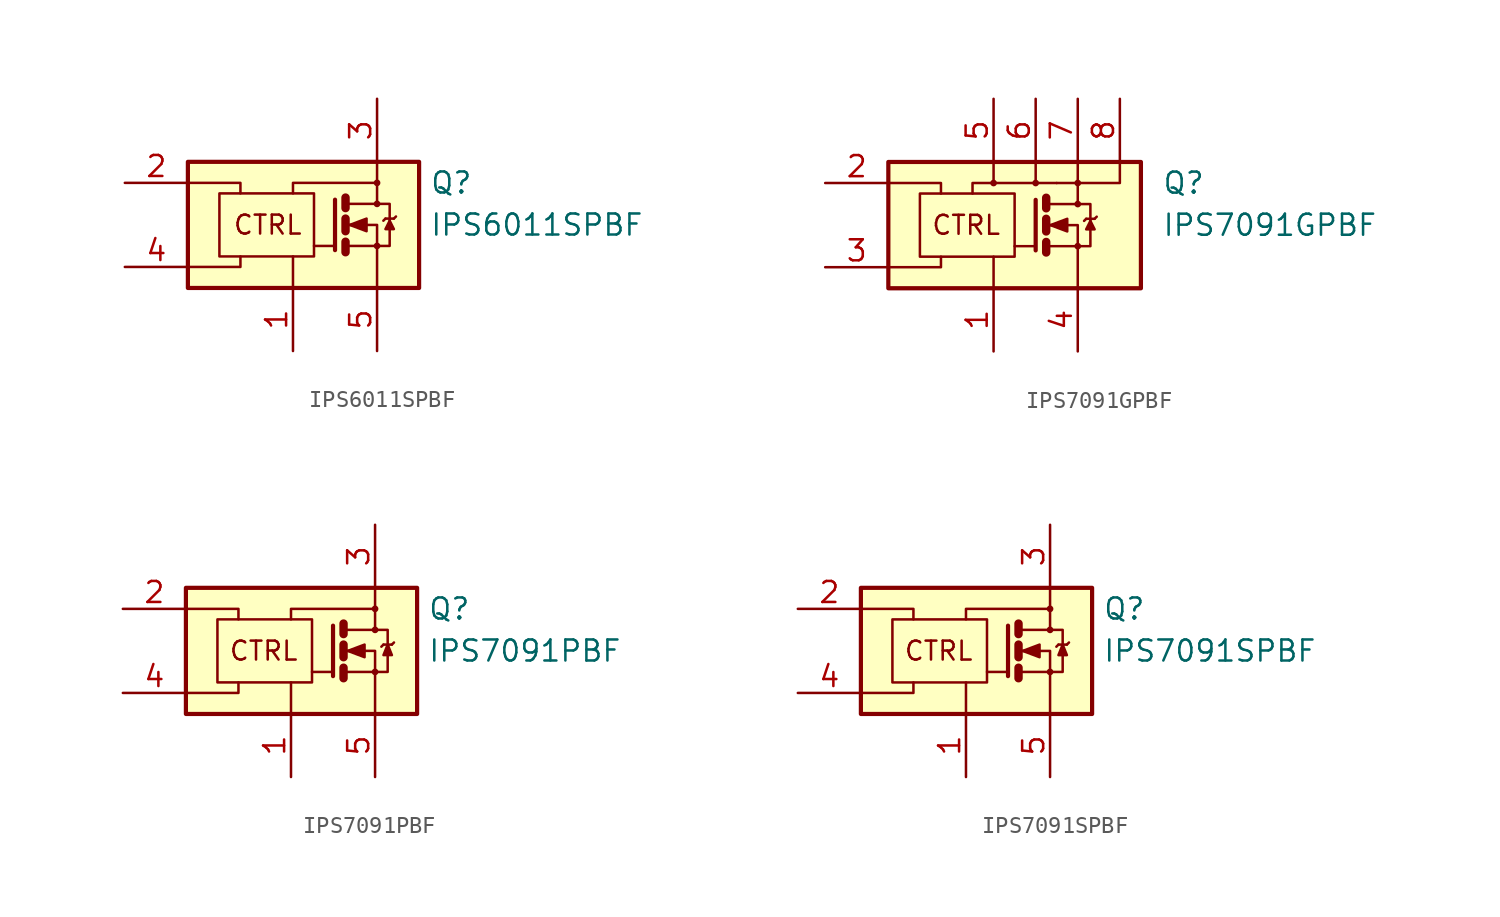
<source format=kicad_sym>
(kicad_symbol_lib
  (version 20211014)
  (generator kicad_symbol_editor)
  (symbol "IPS6011SPBF"
    (pin_names
      (offset 0) hide)
    (property "Reference" "Q"
      (at 8.255 2.54 0)
      (effects (font (size 1.27 1.27)) (justify left)))
    (property "Value" "IPS6011SPBF"
      (at 8.255 0 0)
      (effects (font (size 1.27 1.27)) (justify left)))
    (symbol "IPS6011SPBF_0_0"
      (rectangle (start -6.35 3.81) (end 7.62 -3.81) (stroke (width 0.254) (type default) (color 0 0 0 0)) (fill (type background)))
      (polyline (pts (xy 0 -3.81) (xy 0 -1.905)) (stroke (width 0) (type default) (color 0 0 0 0)) (fill (type none)))
      (polyline (pts (xy -6.35 -2.54) (xy -3.175 -2.54) (xy -3.175 -1.905)) (stroke (width 0) (type default) (color 0 0 0 0)) (fill (type none)))
      (polyline (pts (xy -6.35 2.54) (xy -3.175 2.54) (xy -3.175 1.905)) (stroke (width 0) (type default) (color 0 0 0 0)) (fill (type none)))
      (polyline (pts (xy 0 1.905) (xy 0 2.54) (xy 5.08 2.54)) (stroke (width 0) (type default) (color 0 0 0 0)) (fill (type none)))
      (circle (center 5.08 2.54) (radius 0.127) (stroke (width 0) (type default) (color 0 0 0 0)) (fill (type none)))
      (text "CTRL" (at -1.524 0 0) (effects (font (size 1.143 1.143)))))
    (symbol "IPS6011SPBF_0_1"
      (rectangle (start -4.445 1.905) (end 1.27 -1.905) (stroke (width 0) (type default) (color 0 0 0 0)) (fill (type none)))
      (polyline (pts (xy 2.54 -1.27) (xy 1.27 -1.27)) (stroke (width 0) (type default) (color 0 0 0 0)) (fill (type none)))
      (polyline (pts (xy 3.175 -1.016) (xy 3.175 -1.651)) (stroke (width 0.508) (type default) (color 0 0 0 0)) (fill (type none)))
      (polyline (pts (xy 3.175 0.381) (xy 3.175 -0.381)) (stroke (width 0.508) (type default) (color 0 0 0 0)) (fill (type none)))
      (polyline (pts (xy 3.175 1.651) (xy 3.175 1.016)) (stroke (width 0.508) (type default) (color 0 0 0 0)) (fill (type none)))
      (polyline (pts (xy 5.588 0.381) (xy 5.461 0.254)) (stroke (width 0) (type default) (color 0 0 0 0)) (fill (type none)))
      (polyline (pts (xy 5.588 0.381) (xy 6.096 0.381)) (stroke (width 0) (type default) (color 0 0 0 0)) (fill (type none)))
      (polyline (pts (xy 6.096 0.381) (xy 6.223 0.508)) (stroke (width 0) (type default) (color 0 0 0 0)) (fill (type none)))
      (polyline (pts (xy 2.54 1.524) (xy 2.54 -1.524) (xy 2.54 -1.524)) (stroke (width 0.254) (type default) (color 0 0 0 0)) (fill (type none)))
      (polyline (pts (xy 3.302 -1.27) (xy 5.08 -1.27) (xy 5.08 -3.81)) (stroke (width 0) (type default) (color 0 0 0 0)) (fill (type none)))
      (polyline (pts (xy 3.302 0) (xy 5.08 0) (xy 5.08 -1.27)) (stroke (width 0) (type default) (color 0 0 0 0)) (fill (type none)))
      (polyline (pts (xy 3.302 1.27) (xy 5.08 1.27) (xy 5.08 3.81) (xy 5.08 2.54)) (stroke (width 0) (type default) (color 0 0 0 0)) (fill (type none)))
      (polyline (pts (xy 5.08 -1.27) (xy 5.842 -1.27) (xy 5.842 1.27) (xy 5.08 1.27)) (stroke (width 0) (type default) (color 0 0 0 0)) (fill (type none)))
      (polyline (pts (xy 5.842 0.254) (xy 5.588 -0.254) (xy 6.096 -0.254) (xy 5.842 0.254)) (stroke (width 0) (type default) (color 0 0 0 0)) (fill (type outline)))
      (polyline (pts (xy 3.429 0) (xy 4.445 0.381) (xy 4.445 -0.381) (xy 3.429 0) (xy 3.556 0) (xy 3.556 0)) (stroke (width 0) (type default) (color 0 0 0 0)) (fill (type outline)))
      (circle (center 5.08 -1.27) (radius 0.127) (stroke (width 0) (type default) (color 0 0 0 0)) (fill (type none)))
      (circle (center 5.08 1.27) (radius 0.127) (stroke (width 0) (type default) (color 0 0 0 0)) (fill (type none))))
    (symbol "IPS6011SPBF_1_1"
      (pin power_in line (at 0 -7.62 90) (length 3.81) (name "GND" (effects (font (size 1.27 1.27)))) (number "1" (effects (font (size 1.27 1.27)))))
      (pin input line (at -10.16 2.54 0) (length 3.81) (name "IN" (effects (font (size 1.27 1.27)))) (number "2" (effects (font (size 1.27 1.27)))))
      (pin power_in line (at 5.08 7.62 270) (length 3.81) (name "VCC" (effects (font (size 1.27 1.27)))) (number "3" (effects (font (size 1.27 1.27)))))
      (pin bidirectional line (at -10.16 -2.54 0) (length 3.81) (name "DG" (effects (font (size 1.27 1.27)))) (number "4" (effects (font (size 1.27 1.27)))))
      (pin output line (at 5.08 -7.62 90) (length 3.81) (name "OUT" (effects (font (size 1.27 1.27)))) (number "5" (effects (font (size 1.27 1.27)))))))
  (symbol "IPS7091GPBF"
    (pin_names
      (offset 0) hide)
    (property "Reference" "Q"
      (at 10.16 2.54 0)
      (effects (font (size 1.27 1.27)) (justify left)))
    (property "Value" "IPS7091GPBF"
      (at 10.16 0 0)
      (effects (font (size 1.27 1.27)) (justify left)))
    (symbol "IPS7091GPBF_0_0"
      (rectangle (start -6.35 3.81) (end 8.89 -3.81) (stroke (width 0.254) (type default) (color 0 0 0 0)) (fill (type background)))
      (polyline (pts (xy 0 -3.81) (xy 0 -1.905)) (stroke (width 0) (type default) (color 0 0 0 0)) (fill (type none)))
      (polyline (pts (xy 0 2.54) (xy 0 3.81)) (stroke (width 0) (type default) (color 0 0 0 0)) (fill (type none)))
      (polyline (pts (xy 2.54 2.54) (xy 2.54 3.81)) (stroke (width 0) (type default) (color 0 0 0 0)) (fill (type none)))
      (polyline (pts (xy -6.35 -2.54) (xy -3.175 -2.54) (xy -3.175 -1.905)) (stroke (width 0) (type default) (color 0 0 0 0)) (fill (type none)))
      (polyline (pts (xy -6.35 2.54) (xy -3.175 2.54) (xy -3.175 1.905)) (stroke (width 0) (type default) (color 0 0 0 0)) (fill (type none)))
      (polyline (pts (xy -1.27 1.905) (xy -1.27 2.54) (xy 3.81 2.54)) (stroke (width 0) (type default) (color 0 0 0 0)) (fill (type none)))
      (polyline (pts (xy 3.81 2.54) (xy 5.08 2.54) (xy 5.08 3.81)) (stroke (width 0) (type default) (color 0 0 0 0)) (fill (type none)))
      (circle (center 0 2.54) (radius 0.127) (stroke (width 0) (type default) (color 0 0 0 0)) (fill (type none)))
      (circle (center 2.54 2.54) (radius 0.127) (stroke (width 0) (type default) (color 0 0 0 0)) (fill (type none)))
      (circle (center 5.08 2.54) (radius 0.127) (stroke (width 0) (type default) (color 0 0 0 0)) (fill (type none)))
      (text "CTRL" (at -1.651 0 0) (effects (font (size 1.143 1.143)))))
    (symbol "IPS7091GPBF_0_1"
      (rectangle (start -4.445 1.905) (end 1.27 -1.905) (stroke (width 0) (type default) (color 0 0 0 0)) (fill (type none)))
      (polyline (pts (xy 2.54 -1.27) (xy 1.27 -1.27)) (stroke (width 0) (type default) (color 0 0 0 0)) (fill (type none)))
      (polyline (pts (xy 3.175 -1.016) (xy 3.175 -1.651)) (stroke (width 0.508) (type default) (color 0 0 0 0)) (fill (type none)))
      (polyline (pts (xy 3.175 0.381) (xy 3.175 -0.381)) (stroke (width 0.508) (type default) (color 0 0 0 0)) (fill (type none)))
      (polyline (pts (xy 3.175 1.651) (xy 3.175 1.016)) (stroke (width 0.508) (type default) (color 0 0 0 0)) (fill (type none)))
      (polyline (pts (xy 3.302 -1.27) (xy 5.08 -1.27)) (stroke (width 0) (type default) (color 0 0 0 0)) (fill (type none)))
      (polyline (pts (xy 3.302 1.27) (xy 5.08 1.27)) (stroke (width 0) (type default) (color 0 0 0 0)) (fill (type none)))
      (polyline (pts (xy 5.08 1.27) (xy 5.08 2.54)) (stroke (width 0) (type default) (color 0 0 0 0)) (fill (type none)))
      (polyline (pts (xy 5.588 0.381) (xy 5.461 0.254)) (stroke (width 0) (type default) (color 0 0 0 0)) (fill (type none)))
      (polyline (pts (xy 5.588 0.381) (xy 6.096 0.381)) (stroke (width 0) (type default) (color 0 0 0 0)) (fill (type none)))
      (polyline (pts (xy 6.096 0.381) (xy 6.223 0.508)) (stroke (width 0) (type default) (color 0 0 0 0)) (fill (type none)))
      (polyline (pts (xy 2.54 1.524) (xy 2.54 -1.524) (xy 2.54 -1.524)) (stroke (width 0.254) (type default) (color 0 0 0 0)) (fill (type none)))
      (polyline (pts (xy 3.302 0) (xy 5.08 0) (xy 5.08 -3.81)) (stroke (width 0) (type default) (color 0 0 0 0)) (fill (type none)))
      (polyline (pts (xy 5.08 2.54) (xy 7.62 2.54) (xy 7.62 3.81)) (stroke (width 0) (type default) (color 0 0 0 0)) (fill (type none)))
      (polyline (pts (xy 5.08 1.27) (xy 5.842 1.27) (xy 5.842 -1.27) (xy 5.08 -1.27)) (stroke (width 0) (type default) (color 0 0 0 0)) (fill (type none)))
      (polyline (pts (xy 5.842 0.254) (xy 5.588 -0.254) (xy 6.096 -0.254) (xy 5.842 0.254)) (stroke (width 0) (type default) (color 0 0 0 0)) (fill (type outline)))
      (polyline (pts (xy 3.429 0) (xy 4.445 0.381) (xy 4.445 -0.381) (xy 3.429 0) (xy 3.556 0) (xy 3.556 0)) (stroke (width 0) (type default) (color 0 0 0 0)) (fill (type outline)))
      (circle (center 5.08 -1.27) (radius 0.127) (stroke (width 0) (type default) (color 0 0 0 0)) (fill (type none)))
      (circle (center 5.08 1.27) (radius 0.127) (stroke (width 0) (type default) (color 0 0 0 0)) (fill (type none))))
    (symbol "IPS7091GPBF_1_1"
      (pin power_in line (at 0 -7.62 90) (length 3.81) (name "GND" (effects (font (size 1.27 1.27)))) (number "1" (effects (font (size 1.27 1.27)))))
      (pin input line (at -10.16 2.54 0) (length 3.81) (name "IN" (effects (font (size 1.27 1.27)))) (number "2" (effects (font (size 1.27 1.27)))))
      (pin bidirectional line (at -10.16 -2.54 0) (length 3.81) (name "DG" (effects (font (size 1.27 1.27)))) (number "3" (effects (font (size 1.27 1.27)))))
      (pin output line (at 5.08 -7.62 90) (length 3.81) (name "OUT" (effects (font (size 1.27 1.27)))) (number "4" (effects (font (size 1.27 1.27)))))
      (pin power_in line (at 0 7.62 270) (length 3.81) (name "VCC" (effects (font (size 1.27 1.27)))) (number "5" (effects (font (size 1.27 1.27)))))
      (pin power_in line (at 2.54 7.62 270) (length 3.81) (name "~" (effects (font (size 1.27 1.27)))) (number "6" (effects (font (size 1.27 1.27)))))
      (pin power_in line (at 5.08 7.62 270) (length 3.81) (name "~" (effects (font (size 1.27 1.27)))) (number "7" (effects (font (size 1.27 1.27)))))
      (pin power_in line (at 7.62 7.62 270) (length 3.81) (name "~" (effects (font (size 1.27 1.27)))) (number "8" (effects (font (size 1.27 1.27)))))))
  (symbol "IPS7091PBF"
    (pin_names
      (offset 0) hide)
    (property "Reference" "Q"
      (at 8.255 2.54 0)
      (effects (font (size 1.27 1.27)) (justify left)))
    (property "Value" "IPS7091PBF"
      (at 8.255 0 0)
      (effects (font (size 1.27 1.27)) (justify left)))
    (symbol "IPS7091PBF_0_0"
      (rectangle (start -6.35 3.81) (end 7.62 -3.81) (stroke (width 0.254) (type default) (color 0 0 0 0)) (fill (type background)))
      (polyline (pts (xy 0 -3.81) (xy 0 -1.905)) (stroke (width 0) (type default) (color 0 0 0 0)) (fill (type none)))
      (polyline (pts (xy -6.35 -2.54) (xy -3.175 -2.54) (xy -3.175 -1.905)) (stroke (width 0) (type default) (color 0 0 0 0)) (fill (type none)))
      (polyline (pts (xy -6.35 2.54) (xy -3.175 2.54) (xy -3.175 1.905)) (stroke (width 0) (type default) (color 0 0 0 0)) (fill (type none)))
      (polyline (pts (xy 0 1.905) (xy 0 2.54) (xy 5.08 2.54)) (stroke (width 0) (type default) (color 0 0 0 0)) (fill (type none)))
      (circle (center 5.08 2.54) (radius 0.127) (stroke (width 0) (type default) (color 0 0 0 0)) (fill (type none)))
      (text "CTRL" (at -1.651 0 0) (effects (font (size 1.143 1.143)))))
    (symbol "IPS7091PBF_0_1"
      (rectangle (start -4.445 1.905) (end 1.27 -1.905) (stroke (width 0) (type default) (color 0 0 0 0)) (fill (type none)))
      (polyline (pts (xy 2.54 -1.27) (xy 1.27 -1.27)) (stroke (width 0) (type default) (color 0 0 0 0)) (fill (type none)))
      (polyline (pts (xy 3.175 -1.016) (xy 3.175 -1.651)) (stroke (width 0.508) (type default) (color 0 0 0 0)) (fill (type none)))
      (polyline (pts (xy 3.175 0.381) (xy 3.175 -0.381)) (stroke (width 0.508) (type default) (color 0 0 0 0)) (fill (type none)))
      (polyline (pts (xy 3.175 1.651) (xy 3.175 1.016)) (stroke (width 0.508) (type default) (color 0 0 0 0)) (fill (type none)))
      (polyline (pts (xy 5.588 0.381) (xy 5.461 0.254)) (stroke (width 0) (type default) (color 0 0 0 0)) (fill (type none)))
      (polyline (pts (xy 5.588 0.381) (xy 6.096 0.381)) (stroke (width 0) (type default) (color 0 0 0 0)) (fill (type none)))
      (polyline (pts (xy 6.096 0.381) (xy 6.223 0.508)) (stroke (width 0) (type default) (color 0 0 0 0)) (fill (type none)))
      (polyline (pts (xy 2.54 1.524) (xy 2.54 -1.524) (xy 2.54 -1.524)) (stroke (width 0.254) (type default) (color 0 0 0 0)) (fill (type none)))
      (polyline (pts (xy 3.302 0) (xy 5.08 0) (xy 5.08 -3.81)) (stroke (width 0) (type default) (color 0 0 0 0)) (fill (type none)))
      (polyline (pts (xy 5.08 3.81) (xy 5.08 1.27) (xy 3.302 1.27)) (stroke (width 0) (type default) (color 0 0 0 0)) (fill (type none)))
      (polyline (pts (xy 3.302 -1.27) (xy 5.842 -1.27) (xy 5.842 1.27) (xy 5.08 1.27)) (stroke (width 0) (type default) (color 0 0 0 0)) (fill (type none)))
      (polyline (pts (xy 5.842 0.381) (xy 5.588 -0.254) (xy 6.096 -0.254) (xy 5.842 0.381)) (stroke (width 0) (type default) (color 0 0 0 0)) (fill (type outline)))
      (polyline (pts (xy 3.429 0) (xy 4.445 0.381) (xy 4.445 -0.381) (xy 3.429 0) (xy 3.556 0) (xy 3.556 0)) (stroke (width 0) (type default) (color 0 0 0 0)) (fill (type outline)))
      (circle (center 5.08 -1.27) (radius 0.127) (stroke (width 0) (type default) (color 0 0 0 0)) (fill (type none)))
      (circle (center 5.08 1.27) (radius 0.127) (stroke (width 0) (type default) (color 0 0 0 0)) (fill (type none))))
    (symbol "IPS7091PBF_1_1"
      (pin power_in line (at 0 -7.62 90) (length 3.81) (name "GND" (effects (font (size 1.27 1.27)))) (number "1" (effects (font (size 1.27 1.27)))))
      (pin input line (at -10.16 2.54 0) (length 3.81) (name "IN" (effects (font (size 1.27 1.27)))) (number "2" (effects (font (size 1.27 1.27)))))
      (pin power_in line (at 5.08 7.62 270) (length 3.81) (name "VCC" (effects (font (size 1.27 1.27)))) (number "3" (effects (font (size 1.27 1.27)))))
      (pin bidirectional line (at -10.16 -2.54 0) (length 3.81) (name "DG" (effects (font (size 1.27 1.27)))) (number "4" (effects (font (size 1.27 1.27)))))
      (pin output line (at 5.08 -7.62 90) (length 3.81) (name "OUT" (effects (font (size 1.27 1.27)))) (number "5" (effects (font (size 1.27 1.27)))))))
  (symbol "IPS7091SPBF"
    (pin_names
      (offset 0) hide)
    (property "Reference" "Q"
      (at 8.255 2.54 0)
      (effects (font (size 1.27 1.27)) (justify left)))
    (property "Value" "IPS7091SPBF"
      (at 8.255 0 0)
      (effects (font (size 1.27 1.27)) (justify left)))
    (symbol "IPS7091SPBF_0_0"
      (rectangle (start -6.35 3.81) (end 7.62 -3.81) (stroke (width 0.254) (type default) (color 0 0 0 0)) (fill (type background)))
      (polyline (pts (xy 0 -3.81) (xy 0 -1.905)) (stroke (width 0) (type default) (color 0 0 0 0)) (fill (type none)))
      (polyline (pts (xy -6.35 -2.54) (xy -3.175 -2.54) (xy -3.175 -1.905)) (stroke (width 0) (type default) (color 0 0 0 0)) (fill (type none)))
      (polyline (pts (xy -6.35 2.54) (xy -3.175 2.54) (xy -3.175 1.905)) (stroke (width 0) (type default) (color 0 0 0 0)) (fill (type none)))
      (polyline (pts (xy 0 1.905) (xy 0 2.54) (xy 5.08 2.54)) (stroke (width 0) (type default) (color 0 0 0 0)) (fill (type none)))
      (circle (center 5.08 2.54) (radius 0.127) (stroke (width 0) (type default) (color 0 0 0 0)) (fill (type none)))
      (text "CTRL" (at -1.651 0 0) (effects (font (size 1.143 1.143)))))
    (symbol "IPS7091SPBF_0_1"
      (rectangle (start -4.445 1.905) (end 1.27 -1.905) (stroke (width 0) (type default) (color 0 0 0 0)) (fill (type none)))
      (polyline (pts (xy 2.54 -1.27) (xy 1.27 -1.27)) (stroke (width 0) (type default) (color 0 0 0 0)) (fill (type none)))
      (polyline (pts (xy 3.175 -1.016) (xy 3.175 -1.651)) (stroke (width 0.508) (type default) (color 0 0 0 0)) (fill (type none)))
      (polyline (pts (xy 3.175 0.381) (xy 3.175 -0.381)) (stroke (width 0.508) (type default) (color 0 0 0 0)) (fill (type none)))
      (polyline (pts (xy 3.175 1.651) (xy 3.175 1.016)) (stroke (width 0.508) (type default) (color 0 0 0 0)) (fill (type none)))
      (polyline (pts (xy 5.08 1.27) (xy 5.08 3.81)) (stroke (width 0) (type default) (color 0 0 0 0)) (fill (type none)))
      (polyline (pts (xy 5.588 0.381) (xy 5.461 0.254)) (stroke (width 0) (type default) (color 0 0 0 0)) (fill (type none)))
      (polyline (pts (xy 5.588 0.381) (xy 6.096 0.381)) (stroke (width 0) (type default) (color 0 0 0 0)) (fill (type none)))
      (polyline (pts (xy 6.096 0.381) (xy 6.223 0.508)) (stroke (width 0) (type default) (color 0 0 0 0)) (fill (type none)))
      (polyline (pts (xy 2.54 1.524) (xy 2.54 -1.524) (xy 2.54 -1.524)) (stroke (width 0.254) (type default) (color 0 0 0 0)) (fill (type none)))
      (polyline (pts (xy 3.302 0) (xy 5.08 0) (xy 5.08 -3.81)) (stroke (width 0) (type default) (color 0 0 0 0)) (fill (type none)))
      (polyline (pts (xy 3.302 -1.27) (xy 5.842 -1.27) (xy 5.842 1.27) (xy 3.302 1.27)) (stroke (width 0) (type default) (color 0 0 0 0)) (fill (type none)))
      (polyline (pts (xy 5.842 0.381) (xy 5.588 -0.254) (xy 6.096 -0.254) (xy 5.842 0.381)) (stroke (width 0) (type default) (color 0 0 0 0)) (fill (type outline)))
      (polyline (pts (xy 3.429 0) (xy 4.445 0.381) (xy 4.445 -0.381) (xy 3.429 0) (xy 3.556 0) (xy 3.556 0)) (stroke (width 0) (type default) (color 0 0 0 0)) (fill (type outline)))
      (circle (center 5.08 -1.27) (radius 0.127) (stroke (width 0) (type default) (color 0 0 0 0)) (fill (type none)))
      (circle (center 5.08 1.27) (radius 0.127) (stroke (width 0) (type default) (color 0 0 0 0)) (fill (type none))))
    (symbol "IPS7091SPBF_1_1"
      (pin power_in line (at 0 -7.62 90) (length 3.81) (name "GND" (effects (font (size 1.27 1.27)))) (number "1" (effects (font (size 1.27 1.27)))))
      (pin input line (at -10.16 2.54 0) (length 3.81) (name "IN" (effects (font (size 1.27 1.27)))) (number "2" (effects (font (size 1.27 1.27)))))
      (pin power_in line (at 5.08 7.62 270) (length 3.81) (name "VCC" (effects (font (size 1.27 1.27)))) (number "3" (effects (font (size 1.27 1.27)))))
      (pin bidirectional line (at -10.16 -2.54 0) (length 3.81) (name "DG" (effects (font (size 1.27 1.27)))) (number "4" (effects (font (size 1.27 1.27)))))
      (pin output line (at 5.08 -7.62 90) (length 3.81) (name "OUT" (effects (font (size 1.27 1.27)))) (number "5" (effects (font (size 1.27 1.27))))))))
</source>
